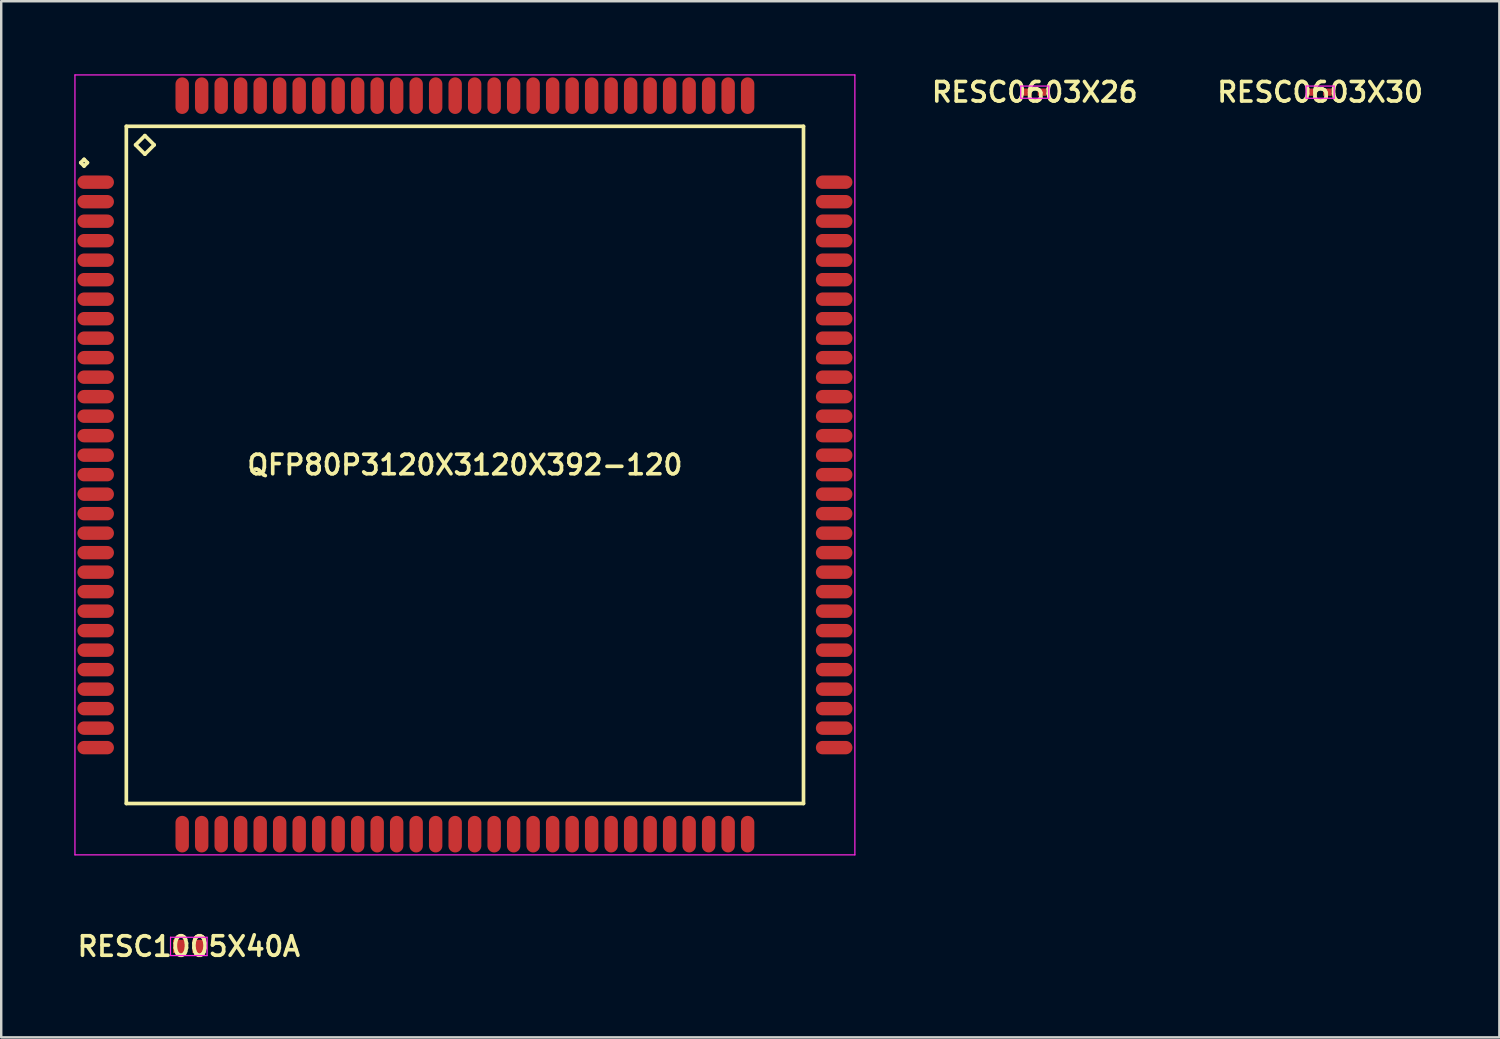
<source format=kicad_pcb>
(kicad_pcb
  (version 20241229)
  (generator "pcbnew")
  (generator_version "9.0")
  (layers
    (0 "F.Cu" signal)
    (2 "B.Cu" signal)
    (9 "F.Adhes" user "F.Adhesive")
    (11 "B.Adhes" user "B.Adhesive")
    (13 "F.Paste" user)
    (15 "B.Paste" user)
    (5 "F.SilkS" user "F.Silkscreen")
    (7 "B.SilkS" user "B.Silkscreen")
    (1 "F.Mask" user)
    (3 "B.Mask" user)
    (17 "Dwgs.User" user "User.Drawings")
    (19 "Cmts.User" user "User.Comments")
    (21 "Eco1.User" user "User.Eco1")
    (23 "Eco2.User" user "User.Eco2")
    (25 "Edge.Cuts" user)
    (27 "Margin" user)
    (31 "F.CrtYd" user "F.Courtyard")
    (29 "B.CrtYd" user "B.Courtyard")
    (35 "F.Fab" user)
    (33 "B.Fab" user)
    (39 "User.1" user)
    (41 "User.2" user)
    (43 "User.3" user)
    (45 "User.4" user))
  (footprint "RESC0603X26"
    (layer "F.Cu")
    (at 39.405 0.731)
    (property "Reference" "RESC0603X26" (at 0 0 0) (layer "F.SilkS") (effects (font (size 0.8 0.8) (thickness 0.15))))
    (attr smd)
    (fp_line (start -0.575 -0.25) (end 0.575 -0.25) (stroke (width 0.05) (type solid)) (layer "F.CrtYd"))
    (fp_line (start -0.575 0.25) (end -0.575 -0.25) (stroke (width 0.05) (type solid)) (layer "F.CrtYd"))
    (fp_line (start 0.575 -0.25) (end 0.575 0.25) (stroke (width 0.05) (type solid)) (layer "F.CrtYd"))
    (fp_line (start 0.575 0.25) (end -0.575 0.25) (stroke (width 0.05) (type solid)) (layer "F.CrtYd"))
    (pad "1" smd rect (at -0.3 0) (size 0.35 0.3) (layers "F.Cu" "F.Mask" "F.Paste"))
    (pad "2" smd rect (at 0.3 0) (size 0.35 0.3) (layers "F.Cu" "F.Mask" "F.Paste")))
  (footprint "RESC0603X30"
    (layer "F.Cu")
    (at 51.114 0.731)
    (property "Reference" "RESC0603X30" (at 0 0 0) (layer "F.SilkS") (effects (font (size 0.8 0.8) (thickness 0.15))))
    (attr smd)
    (fp_line (start -0.575 -0.25) (end 0.575 -0.25) (stroke (width 0.05) (type solid)) (layer "F.CrtYd"))
    (fp_line (start -0.575 0.25) (end -0.575 -0.25) (stroke (width 0.05) (type solid)) (layer "F.CrtYd"))
    (fp_line (start 0.575 -0.25) (end 0.575 0.25) (stroke (width 0.05) (type solid)) (layer "F.CrtYd"))
    (fp_line (start 0.575 0.25) (end -0.575 0.25) (stroke (width 0.05) (type solid)) (layer "F.CrtYd"))
    (pad "1" smd rect (at -0.3 0) (size 0.35 0.3) (layers "F.Cu" "F.Mask" "F.Paste"))
    (pad "2" smd rect (at 0.3 0) (size 0.35 0.3) (layers "F.Cu" "F.Mask" "F.Paste")))
  (footprint "QFP80P3120X3120X392-120"
    (layer "F.Cu")
    (at 16.025 16.025)
    (property "Reference" "QFP80P3120X3120X392-120" (at 0 0 0) (layer "F.SilkS") (effects (font (size 0.8 0.8) (thickness 0.15))))
    (attr smd)
    (fp_line (start -15.762 -12.4) (end -15.625 -12.537) (stroke (width 0.15) (type solid)) (layer "F.SilkS"))
    (fp_line (start -15.625 -12.537) (end -15.488 -12.4) (stroke (width 0.15) (type solid)) (layer "F.SilkS"))
    (fp_line (start -15.625 -12.262) (end -15.762 -12.4) (stroke (width 0.15) (type solid)) (layer "F.SilkS"))
    (fp_line (start -15.488 -12.4) (end -15.625 -12.262) (stroke (width 0.15) (type solid)) (layer "F.SilkS"))
    (fp_line (start -13.892 -13.892) (end -13.892 13.892) (stroke (width 0.15) (type solid)) (layer "F.SilkS"))
    (fp_line (start -13.892 13.892) (end 13.892 13.892) (stroke (width 0.15) (type solid)) (layer "F.SilkS"))
    (fp_line (start -13.511 -13.13) (end -13.13 -13.511) (stroke (width 0.15) (type solid)) (layer "F.SilkS"))
    (fp_line (start -13.13 -13.511) (end -12.749 -13.13) (stroke (width 0.15) (type solid)) (layer "F.SilkS"))
    (fp_line (start -13.13 -12.749) (end -13.511 -13.13) (stroke (width 0.15) (type solid)) (layer "F.SilkS"))
    (fp_line (start -12.749 -13.13) (end -13.13 -12.749) (stroke (width 0.15) (type solid)) (layer "F.SilkS"))
    (fp_line (start 13.892 -13.892) (end -13.892 -13.892) (stroke (width 0.15) (type solid)) (layer "F.SilkS"))
    (fp_line (start 13.892 13.892) (end 13.892 -13.892) (stroke (width 0.15) (type solid)) (layer "F.SilkS"))
    (fp_line (start -16 -16) (end 16 -16) (stroke (width 0.05) (type solid)) (layer "F.CrtYd"))
    (fp_line (start -16 16) (end -16 -16) (stroke (width 0.05) (type solid)) (layer "F.CrtYd"))
    (fp_line (start 16 -16) (end 16 16) (stroke (width 0.05) (type solid)) (layer "F.CrtYd"))
    (fp_line (start 16 16) (end -16 16) (stroke (width 0.05) (type solid)) (layer "F.CrtYd"))
    (pad "1" smd oval (at -15.15 -11.6) (size 1.5 0.55) (layers "F.Cu" "F.Mask" "F.Paste"))
    (pad "2" smd oval (at -15.15 -10.8) (size 1.5 0.55) (layers "F.Cu" "F.Mask" "F.Paste"))
    (pad "3" smd oval (at -15.15 -10) (size 1.5 0.55) (layers "F.Cu" "F.Mask" "F.Paste"))
    (pad "4" smd oval (at -15.15 -9.2) (size 1.5 0.55) (layers "F.Cu" "F.Mask" "F.Paste"))
    (pad "5" smd oval (at -15.15 -8.4) (size 1.5 0.55) (layers "F.Cu" "F.Mask" "F.Paste"))
    (pad "6" smd oval (at -15.15 -7.6) (size 1.5 0.55) (layers "F.Cu" "F.Mask" "F.Paste"))
    (pad "7" smd oval (at -15.15 -6.8) (size 1.5 0.55) (layers "F.Cu" "F.Mask" "F.Paste"))
    (pad "8" smd oval (at -15.15 -6) (size 1.5 0.55) (layers "F.Cu" "F.Mask" "F.Paste"))
    (pad "9" smd oval (at -15.15 -5.2) (size 1.5 0.55) (layers "F.Cu" "F.Mask" "F.Paste"))
    (pad "10" smd oval (at -15.15 -4.4) (size 1.5 0.55) (layers "F.Cu" "F.Mask" "F.Paste"))
    (pad "11" smd oval (at -15.15 -3.6) (size 1.5 0.55) (layers "F.Cu" "F.Mask" "F.Paste"))
    (pad "12" smd oval (at -15.15 -2.8) (size 1.5 0.55) (layers "F.Cu" "F.Mask" "F.Paste"))
    (pad "13" smd oval (at -15.15 -2) (size 1.5 0.55) (layers "F.Cu" "F.Mask" "F.Paste"))
    (pad "14" smd oval (at -15.15 -1.2) (size 1.5 0.55) (layers "F.Cu" "F.Mask" "F.Paste"))
    (pad "15" smd oval (at -15.15 -0.4) (size 1.5 0.55) (layers "F.Cu" "F.Mask" "F.Paste"))
    (pad "16" smd oval (at -15.15 0.4) (size 1.5 0.55) (layers "F.Cu" "F.Mask" "F.Paste"))
    (pad "17" smd oval (at -15.15 1.2) (size 1.5 0.55) (layers "F.Cu" "F.Mask" "F.Paste"))
    (pad "18" smd oval (at -15.15 2) (size 1.5 0.55) (layers "F.Cu" "F.Mask" "F.Paste"))
    (pad "19" smd oval (at -15.15 2.8) (size 1.5 0.55) (layers "F.Cu" "F.Mask" "F.Paste"))
    (pad "20" smd oval (at -15.15 3.6) (size 1.5 0.55) (layers "F.Cu" "F.Mask" "F.Paste"))
    (pad "21" smd oval (at -15.15 4.4) (size 1.5 0.55) (layers "F.Cu" "F.Mask" "F.Paste"))
    (pad "22" smd oval (at -15.15 5.2) (size 1.5 0.55) (layers "F.Cu" "F.Mask" "F.Paste"))
    (pad "23" smd oval (at -15.15 6) (size 1.5 0.55) (layers "F.Cu" "F.Mask" "F.Paste"))
    (pad "24" smd oval (at -15.15 6.8) (size 1.5 0.55) (layers "F.Cu" "F.Mask" "F.Paste"))
    (pad "25" smd oval (at -15.15 7.6) (size 1.5 0.55) (layers "F.Cu" "F.Mask" "F.Paste"))
    (pad "26" smd oval (at -15.15 8.4) (size 1.5 0.55) (layers "F.Cu" "F.Mask" "F.Paste"))
    (pad "27" smd oval (at -15.15 9.2) (size 1.5 0.55) (layers "F.Cu" "F.Mask" "F.Paste"))
    (pad "28" smd oval (at -15.15 10) (size 1.5 0.55) (layers "F.Cu" "F.Mask" "F.Paste"))
    (pad "29" smd oval (at -15.15 10.8) (size 1.5 0.55) (layers "F.Cu" "F.Mask" "F.Paste"))
    (pad "30" smd oval (at -15.15 11.6) (size 1.5 0.55) (layers "F.Cu" "F.Mask" "F.Paste"))
    (pad "31" smd oval (at -11.6 15.15) (size 0.55 1.5) (layers "F.Cu" "F.Mask" "F.Paste"))
    (pad "32" smd oval (at -10.8 15.15) (size 0.55 1.5) (layers "F.Cu" "F.Mask" "F.Paste"))
    (pad "33" smd oval (at -10 15.15) (size 0.55 1.5) (layers "F.Cu" "F.Mask" "F.Paste"))
    (pad "34" smd oval (at -9.2 15.15) (size 0.55 1.5) (layers "F.Cu" "F.Mask" "F.Paste"))
    (pad "35" smd oval (at -8.4 15.15) (size 0.55 1.5) (layers "F.Cu" "F.Mask" "F.Paste"))
    (pad "36" smd oval (at -7.6 15.15) (size 0.55 1.5) (layers "F.Cu" "F.Mask" "F.Paste"))
    (pad "37" smd oval (at -6.8 15.15) (size 0.55 1.5) (layers "F.Cu" "F.Mask" "F.Paste"))
    (pad "38" smd oval (at -6 15.15) (size 0.55 1.5) (layers "F.Cu" "F.Mask" "F.Paste"))
    (pad "39" smd oval (at -5.2 15.15) (size 0.55 1.5) (layers "F.Cu" "F.Mask" "F.Paste"))
    (pad "40" smd oval (at -4.4 15.15) (size 0.55 1.5) (layers "F.Cu" "F.Mask" "F.Paste"))
    (pad "41" smd oval (at -3.6 15.15) (size 0.55 1.5) (layers "F.Cu" "F.Mask" "F.Paste"))
    (pad "42" smd oval (at -2.8 15.15) (size 0.55 1.5) (layers "F.Cu" "F.Mask" "F.Paste"))
    (pad "43" smd oval (at -2 15.15) (size 0.55 1.5) (layers "F.Cu" "F.Mask" "F.Paste"))
    (pad "44" smd oval (at -1.2 15.15) (size 0.55 1.5) (layers "F.Cu" "F.Mask" "F.Paste"))
    (pad "45" smd oval (at -0.4 15.15) (size 0.55 1.5) (layers "F.Cu" "F.Mask" "F.Paste"))
    (pad "46" smd oval (at 0.4 15.15) (size 0.55 1.5) (layers "F.Cu" "F.Mask" "F.Paste"))
    (pad "47" smd oval (at 1.2 15.15) (size 0.55 1.5) (layers "F.Cu" "F.Mask" "F.Paste"))
    (pad "48" smd oval (at 2 15.15) (size 0.55 1.5) (layers "F.Cu" "F.Mask" "F.Paste"))
    (pad "49" smd oval (at 2.8 15.15) (size 0.55 1.5) (layers "F.Cu" "F.Mask" "F.Paste"))
    (pad "50" smd oval (at 3.6 15.15) (size 0.55 1.5) (layers "F.Cu" "F.Mask" "F.Paste"))
    (pad "51" smd oval (at 4.4 15.15) (size 0.55 1.5) (layers "F.Cu" "F.Mask" "F.Paste"))
    (pad "52" smd oval (at 5.2 15.15) (size 0.55 1.5) (layers "F.Cu" "F.Mask" "F.Paste"))
    (pad "53" smd oval (at 6 15.15) (size 0.55 1.5) (layers "F.Cu" "F.Mask" "F.Paste"))
    (pad "54" smd oval (at 6.8 15.15) (size 0.55 1.5) (layers "F.Cu" "F.Mask" "F.Paste"))
    (pad "55" smd oval (at 7.6 15.15) (size 0.55 1.5) (layers "F.Cu" "F.Mask" "F.Paste"))
    (pad "56" smd oval (at 8.4 15.15) (size 0.55 1.5) (layers "F.Cu" "F.Mask" "F.Paste"))
    (pad "57" smd oval (at 9.2 15.15) (size 0.55 1.5) (layers "F.Cu" "F.Mask" "F.Paste"))
    (pad "58" smd oval (at 10 15.15) (size 0.55 1.5) (layers "F.Cu" "F.Mask" "F.Paste"))
    (pad "59" smd oval (at 10.8 15.15) (size 0.55 1.5) (layers "F.Cu" "F.Mask" "F.Paste"))
    (pad "60" smd oval (at 11.6 15.15) (size 0.55 1.5) (layers "F.Cu" "F.Mask" "F.Paste"))
    (pad "61" smd oval (at 15.15 11.6) (size 1.5 0.55) (layers "F.Cu" "F.Mask" "F.Paste"))
    (pad "62" smd oval (at 15.15 10.8) (size 1.5 0.55) (layers "F.Cu" "F.Mask" "F.Paste"))
    (pad "63" smd oval (at 15.15 10) (size 1.5 0.55) (layers "F.Cu" "F.Mask" "F.Paste"))
    (pad "64" smd oval (at 15.15 9.2) (size 1.5 0.55) (layers "F.Cu" "F.Mask" "F.Paste"))
    (pad "65" smd oval (at 15.15 8.4) (size 1.5 0.55) (layers "F.Cu" "F.Mask" "F.Paste"))
    (pad "66" smd oval (at 15.15 7.6) (size 1.5 0.55) (layers "F.Cu" "F.Mask" "F.Paste"))
    (pad "67" smd oval (at 15.15 6.8) (size 1.5 0.55) (layers "F.Cu" "F.Mask" "F.Paste"))
    (pad "68" smd oval (at 15.15 6) (size 1.5 0.55) (layers "F.Cu" "F.Mask" "F.Paste"))
    (pad "69" smd oval (at 15.15 5.2) (size 1.5 0.55) (layers "F.Cu" "F.Mask" "F.Paste"))
    (pad "70" smd oval (at 15.15 4.4) (size 1.5 0.55) (layers "F.Cu" "F.Mask" "F.Paste"))
    (pad "71" smd oval (at 15.15 3.6) (size 1.5 0.55) (layers "F.Cu" "F.Mask" "F.Paste"))
    (pad "72" smd oval (at 15.15 2.8) (size 1.5 0.55) (layers "F.Cu" "F.Mask" "F.Paste"))
    (pad "73" smd oval (at 15.15 2) (size 1.5 0.55) (layers "F.Cu" "F.Mask" "F.Paste"))
    (pad "74" smd oval (at 15.15 1.2) (size 1.5 0.55) (layers "F.Cu" "F.Mask" "F.Paste"))
    (pad "75" smd oval (at 15.15 0.4) (size 1.5 0.55) (layers "F.Cu" "F.Mask" "F.Paste"))
    (pad "76" smd oval (at 15.15 -0.4) (size 1.5 0.55) (layers "F.Cu" "F.Mask" "F.Paste"))
    (pad "77" smd oval (at 15.15 -1.2) (size 1.5 0.55) (layers "F.Cu" "F.Mask" "F.Paste"))
    (pad "78" smd oval (at 15.15 -2) (size 1.5 0.55) (layers "F.Cu" "F.Mask" "F.Paste"))
    (pad "79" smd oval (at 15.15 -2.8) (size 1.5 0.55) (layers "F.Cu" "F.Mask" "F.Paste"))
    (pad "80" smd oval (at 15.15 -3.6) (size 1.5 0.55) (layers "F.Cu" "F.Mask" "F.Paste"))
    (pad "81" smd oval (at 15.15 -4.4) (size 1.5 0.55) (layers "F.Cu" "F.Mask" "F.Paste"))
    (pad "82" smd oval (at 15.15 -5.2) (size 1.5 0.55) (layers "F.Cu" "F.Mask" "F.Paste"))
    (pad "83" smd oval (at 15.15 -6) (size 1.5 0.55) (layers "F.Cu" "F.Mask" "F.Paste"))
    (pad "84" smd oval (at 15.15 -6.8) (size 1.5 0.55) (layers "F.Cu" "F.Mask" "F.Paste"))
    (pad "85" smd oval (at 15.15 -7.6) (size 1.5 0.55) (layers "F.Cu" "F.Mask" "F.Paste"))
    (pad "86" smd oval (at 15.15 -8.4) (size 1.5 0.55) (layers "F.Cu" "F.Mask" "F.Paste"))
    (pad "87" smd oval (at 15.15 -9.2) (size 1.5 0.55) (layers "F.Cu" "F.Mask" "F.Paste"))
    (pad "88" smd oval (at 15.15 -10) (size 1.5 0.55) (layers "F.Cu" "F.Mask" "F.Paste"))
    (pad "89" smd oval (at 15.15 -10.8) (size 1.5 0.55) (layers "F.Cu" "F.Mask" "F.Paste"))
    (pad "90" smd oval (at 15.15 -11.6) (size 1.5 0.55) (layers "F.Cu" "F.Mask" "F.Paste"))
    (pad "91" smd oval (at 11.6 -15.15) (size 0.55 1.5) (layers "F.Cu" "F.Mask" "F.Paste"))
    (pad "92" smd oval (at 10.8 -15.15) (size 0.55 1.5) (layers "F.Cu" "F.Mask" "F.Paste"))
    (pad "93" smd oval (at 10 -15.15) (size 0.55 1.5) (layers "F.Cu" "F.Mask" "F.Paste"))
    (pad "94" smd oval (at 9.2 -15.15) (size 0.55 1.5) (layers "F.Cu" "F.Mask" "F.Paste"))
    (pad "95" smd oval (at 8.4 -15.15) (size 0.55 1.5) (layers "F.Cu" "F.Mask" "F.Paste"))
    (pad "96" smd oval (at 7.6 -15.15) (size 0.55 1.5) (layers "F.Cu" "F.Mask" "F.Paste"))
    (pad "97" smd oval (at 6.8 -15.15) (size 0.55 1.5) (layers "F.Cu" "F.Mask" "F.Paste"))
    (pad "98" smd oval (at 6 -15.15) (size 0.55 1.5) (layers "F.Cu" "F.Mask" "F.Paste"))
    (pad "99" smd oval (at 5.2 -15.15) (size 0.55 1.5) (layers "F.Cu" "F.Mask" "F.Paste"))
    (pad "100" smd oval (at 4.4 -15.15) (size 0.55 1.5) (layers "F.Cu" "F.Mask" "F.Paste"))
    (pad "101" smd oval (at 3.6 -15.15) (size 0.55 1.5) (layers "F.Cu" "F.Mask" "F.Paste"))
    (pad "102" smd oval (at 2.8 -15.15) (size 0.55 1.5) (layers "F.Cu" "F.Mask" "F.Paste"))
    (pad "103" smd oval (at 2 -15.15) (size 0.55 1.5) (layers "F.Cu" "F.Mask" "F.Paste"))
    (pad "104" smd oval (at 1.2 -15.15) (size 0.55 1.5) (layers "F.Cu" "F.Mask" "F.Paste"))
    (pad "105" smd oval (at 0.4 -15.15) (size 0.55 1.5) (layers "F.Cu" "F.Mask" "F.Paste"))
    (pad "106" smd oval (at -0.4 -15.15) (size 0.55 1.5) (layers "F.Cu" "F.Mask" "F.Paste"))
    (pad "107" smd oval (at -1.2 -15.15) (size 0.55 1.5) (layers "F.Cu" "F.Mask" "F.Paste"))
    (pad "108" smd oval (at -2 -15.15) (size 0.55 1.5) (layers "F.Cu" "F.Mask" "F.Paste"))
    (pad "109" smd oval (at -2.8 -15.15) (size 0.55 1.5) (layers "F.Cu" "F.Mask" "F.Paste"))
    (pad "110" smd oval (at -3.6 -15.15) (size 0.55 1.5) (layers "F.Cu" "F.Mask" "F.Paste"))
    (pad "111" smd oval (at -4.4 -15.15) (size 0.55 1.5) (layers "F.Cu" "F.Mask" "F.Paste"))
    (pad "112" smd oval (at -5.2 -15.15) (size 0.55 1.5) (layers "F.Cu" "F.Mask" "F.Paste"))
    (pad "113" smd oval (at -6 -15.15) (size 0.55 1.5) (layers "F.Cu" "F.Mask" "F.Paste"))
    (pad "114" smd oval (at -6.8 -15.15) (size 0.55 1.5) (layers "F.Cu" "F.Mask" "F.Paste"))
    (pad "115" smd oval (at -7.6 -15.15) (size 0.55 1.5) (layers "F.Cu" "F.Mask" "F.Paste"))
    (pad "116" smd oval (at -8.4 -15.15) (size 0.55 1.5) (layers "F.Cu" "F.Mask" "F.Paste"))
    (pad "117" smd oval (at -9.2 -15.15) (size 0.55 1.5) (layers "F.Cu" "F.Mask" "F.Paste"))
    (pad "118" smd oval (at -10 -15.15) (size 0.55 1.5) (layers "F.Cu" "F.Mask" "F.Paste"))
    (pad "119" smd oval (at -10.8 -15.15) (size 0.55 1.5) (layers "F.Cu" "F.Mask" "F.Paste"))
    (pad "120" smd oval (at -11.6 -15.15) (size 0.55 1.5) (layers "F.Cu" "F.Mask" "F.Paste")))
  (footprint "RESC1005X40A"
    (layer "F.Cu")
    (at 4.697 35.781)
    (property "Reference" "RESC1005X40A" (at 0 0 0) (layer "F.SilkS") (effects (font (size 0.8 0.8) (thickness 0.15))))
    (attr smd)
    (fp_line (start -0.75 -0.375) (end 0.75 -0.375) (stroke (width 0.05) (type solid)) (layer "F.CrtYd"))
    (fp_line (start -0.75 0.375) (end -0.75 -0.375) (stroke (width 0.05) (type solid)) (layer "F.CrtYd"))
    (fp_line (start 0.75 -0.375) (end 0.75 0.375) (stroke (width 0.05) (type solid)) (layer "F.CrtYd"))
    (fp_line (start 0.75 0.375) (end -0.75 0.375) (stroke (width 0.05) (type solid)) (layer "F.CrtYd"))
    (pad "1" smd rect (at -0.4 0) (size 0.5 0.55) (layers "F.Cu" "F.Mask" "F.Paste"))
    (pad "2" smd rect (at 0.4 0) (size 0.5 0.55) (layers "F.Cu" "F.Mask" "F.Paste")))
  (gr_rect
    (start -3 -3)
    (end 58.468 39.513)
    (stroke (width 0.1) (type default))
    (fill no)
    (layer "Edge.Cuts")))
</source>
